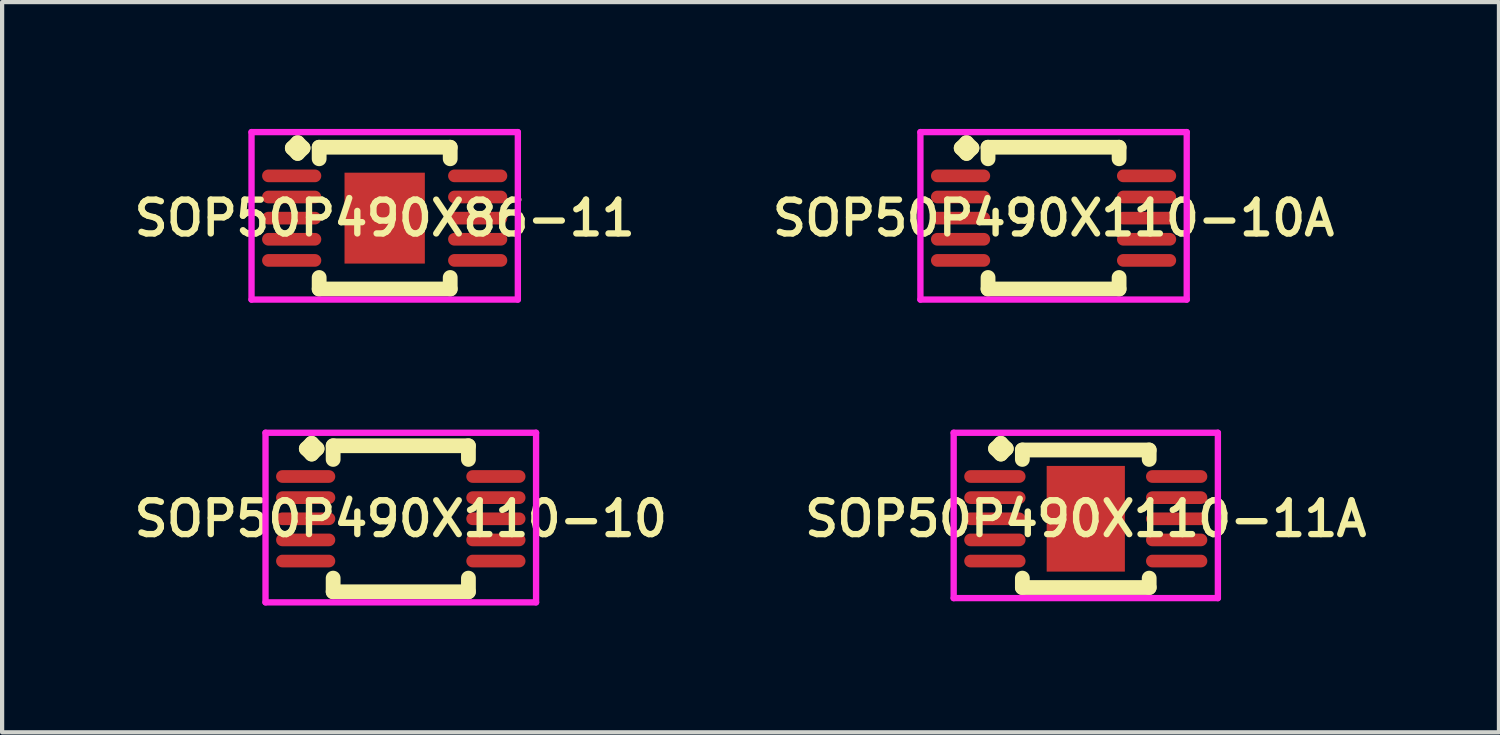
<source format=kicad_pcb>
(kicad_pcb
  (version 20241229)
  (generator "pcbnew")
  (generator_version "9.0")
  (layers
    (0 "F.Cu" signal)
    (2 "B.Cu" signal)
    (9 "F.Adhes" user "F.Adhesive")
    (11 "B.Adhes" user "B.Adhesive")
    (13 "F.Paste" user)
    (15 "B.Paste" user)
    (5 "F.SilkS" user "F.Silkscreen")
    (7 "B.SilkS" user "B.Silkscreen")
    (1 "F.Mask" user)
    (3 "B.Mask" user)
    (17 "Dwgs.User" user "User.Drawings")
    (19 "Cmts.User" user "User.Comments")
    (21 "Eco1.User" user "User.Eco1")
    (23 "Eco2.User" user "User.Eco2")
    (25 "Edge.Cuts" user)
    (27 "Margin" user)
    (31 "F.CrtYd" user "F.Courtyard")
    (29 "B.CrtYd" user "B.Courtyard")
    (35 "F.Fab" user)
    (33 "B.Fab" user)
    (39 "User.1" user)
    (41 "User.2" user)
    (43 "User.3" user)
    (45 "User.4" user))
  (footprint "SOP50P490X110-10"
    (layer "F.Cu")
    (at 6.431 9.222)
    (property "Reference" "SOP50P490X110-10" (at 0 0 0) (layer "F.SilkS") (effects (font (size 0.8 0.8) (thickness 0.15))))
    (attr smd)
    (fp_line (start -2.235 -1.658) (end -2.108 -1.785) (stroke (width 0.35) (type solid)) (layer "F.SilkS"))
    (fp_line (start -2.108 -1.785) (end -1.981 -1.658) (stroke (width 0.35) (type solid)) (layer "F.SilkS"))
    (fp_line (start -2.108 -1.531) (end -2.235 -1.658) (stroke (width 0.35) (type solid)) (layer "F.SilkS"))
    (fp_line (start -1.981 -1.658) (end -2.108 -1.531) (stroke (width 0.35) (type solid)) (layer "F.SilkS"))
    (fp_line (start -1.6 -1.727) (end 1.6 -1.727) (stroke (width 0.35) (type solid)) (layer "F.SilkS"))
    (fp_line (start -1.6 -1.404) (end -1.6 -1.727) (stroke (width 0.35) (type solid)) (layer "F.SilkS"))
    (fp_line (start -1.6 1.404) (end -1.6 1.727) (stroke (width 0.35) (type solid)) (layer "F.SilkS"))
    (fp_line (start -1.6 1.727) (end 1.6 1.727) (stroke (width 0.35) (type solid)) (layer "F.SilkS"))
    (fp_line (start 1.6 -1.727) (end 1.6 -1.404) (stroke (width 0.35) (type solid)) (layer "F.SilkS"))
    (fp_line (start 1.6 1.727) (end 1.6 1.404) (stroke (width 0.35) (type solid)) (layer "F.SilkS"))
    (fp_line (start -3.2 -2.035) (end 3.2 -2.035) (stroke (width 0.15) (type solid)) (layer "F.CrtYd"))
    (fp_line (start -3.2 1.977) (end -3.2 -2.035) (stroke (width 0.15) (type solid)) (layer "F.CrtYd"))
    (fp_line (start 3.2 -2.035) (end 3.2 1.977) (stroke (width 0.15) (type solid)) (layer "F.CrtYd"))
    (fp_line (start 3.2 1.977) (end -3.2 1.977) (stroke (width 0.15) (type solid)) (layer "F.CrtYd"))
    (pad "1" smd oval (at -2.25 -1) (size 1.4 0.3) (layers "F.Cu" "F.Mask" "F.Paste"))
    (pad "2" smd oval (at -2.25 -0.5) (size 1.4 0.3) (layers "F.Cu" "F.Mask" "F.Paste"))
    (pad "3" smd oval (at -2.25 0) (size 1.4 0.3) (layers "F.Cu" "F.Mask" "F.Paste"))
    (pad "4" smd oval (at -2.25 0.5) (size 1.4 0.3) (layers "F.Cu" "F.Mask" "F.Paste"))
    (pad "5" smd oval (at -2.25 1) (size 1.4 0.3) (layers "F.Cu" "F.Mask" "F.Paste"))
    (pad "6" smd oval (at 2.25 1) (size 1.4 0.3) (layers "F.Cu" "F.Mask" "F.Paste"))
    (pad "7" smd oval (at 2.25 0.5) (size 1.4 0.3) (layers "F.Cu" "F.Mask" "F.Paste"))
    (pad "8" smd oval (at 2.25 0) (size 1.4 0.3) (layers "F.Cu" "F.Mask" "F.Paste"))
    (pad "9" smd oval (at 2.25 -0.5) (size 1.4 0.3) (layers "F.Cu" "F.Mask" "F.Paste"))
    (pad "10" smd oval (at 2.25 -1) (size 1.4 0.3) (layers "F.Cu" "F.Mask" "F.Paste")))
  (footprint "SOP50P490X110-11A"
    (layer "F.Cu")
    (at 22.635 9.222)
    (property "Reference" "SOP50P490X110-11A" (at 0 0 0) (layer "F.SilkS") (effects (font (size 0.8 0.8) (thickness 0.15))))
    (attr smd)
    (fp_line (start -2.135 -1.658) (end -2.008 -1.785) (stroke (width 0.35) (type solid)) (layer "F.SilkS"))
    (fp_line (start -2.008 -1.785) (end -1.881 -1.658) (stroke (width 0.35) (type solid)) (layer "F.SilkS"))
    (fp_line (start -2.008 -1.531) (end -2.135 -1.658) (stroke (width 0.35) (type solid)) (layer "F.SilkS"))
    (fp_line (start -1.881 -1.658) (end -2.008 -1.531) (stroke (width 0.35) (type solid)) (layer "F.SilkS"))
    (fp_line (start -1.5 -1.627) (end 1.5 -1.627) (stroke (width 0.35) (type solid)) (layer "F.SilkS"))
    (fp_line (start -1.5 -1.404) (end -1.5 -1.627) (stroke (width 0.35) (type solid)) (layer "F.SilkS"))
    (fp_line (start -1.5 1.404) (end -1.5 1.627) (stroke (width 0.35) (type solid)) (layer "F.SilkS"))
    (fp_line (start -1.5 1.627) (end 1.5 1.627) (stroke (width 0.35) (type solid)) (layer "F.SilkS"))
    (fp_line (start 1.5 -1.627) (end 1.5 -1.404) (stroke (width 0.35) (type solid)) (layer "F.SilkS"))
    (fp_line (start 1.5 1.627) (end 1.5 1.404) (stroke (width 0.35) (type solid)) (layer "F.SilkS"))
    (fp_line (start -3.125 -2.035) (end 3.125 -2.035) (stroke (width 0.15) (type solid)) (layer "F.CrtYd"))
    (fp_line (start -3.125 1.877) (end -3.125 -2.035) (stroke (width 0.15) (type solid)) (layer "F.CrtYd"))
    (fp_line (start 3.125 -2.035) (end 3.125 1.877) (stroke (width 0.15) (type solid)) (layer "F.CrtYd"))
    (fp_line (start 3.125 1.877) (end -3.125 1.877) (stroke (width 0.15) (type solid)) (layer "F.CrtYd"))
    (pad "1" smd oval (at -2.15 -1) (size 1.45 0.3) (layers "F.Cu" "F.Mask" "F.Paste"))
    (pad "2" smd oval (at -2.15 -0.5) (size 1.45 0.3) (layers "F.Cu" "F.Mask" "F.Paste"))
    (pad "3" smd oval (at -2.15 0) (size 1.45 0.3) (layers "F.Cu" "F.Mask" "F.Paste"))
    (pad "4" smd oval (at -2.15 0.5) (size 1.45 0.3) (layers "F.Cu" "F.Mask" "F.Paste"))
    (pad "5" smd oval (at -2.15 1) (size 1.45 0.3) (layers "F.Cu" "F.Mask" "F.Paste"))
    (pad "6" smd oval (at 2.15 1) (size 1.45 0.3) (layers "F.Cu" "F.Mask" "F.Paste"))
    (pad "7" smd oval (at 2.15 0.5) (size 1.45 0.3) (layers "F.Cu" "F.Mask" "F.Paste"))
    (pad "8" smd oval (at 2.15 0) (size 1.45 0.3) (layers "F.Cu" "F.Mask" "F.Paste"))
    (pad "9" smd oval (at 2.15 -0.5) (size 1.45 0.3) (layers "F.Cu" "F.Mask" "F.Paste"))
    (pad "10" smd oval (at 2.15 -1) (size 1.45 0.3) (layers "F.Cu" "F.Mask" "F.Paste"))
    (pad "11" smd rect (at 0 0) (size 1.85 2.5) (layers "F.Cu" "F.Mask" "F.Paste")))
  (footprint "SOP50P490X110-10A"
    (layer "F.Cu")
    (at 21.873 2.11)
    (property "Reference" "SOP50P490X110-10A" (at 0 0 0) (layer "F.SilkS") (effects (font (size 0.8 0.8) (thickness 0.15))))
    (attr smd)
    (fp_line (start -2.185 -1.658) (end -2.058 -1.785) (stroke (width 0.35) (type solid)) (layer "F.SilkS"))
    (fp_line (start -2.058 -1.785) (end -1.931 -1.658) (stroke (width 0.35) (type solid)) (layer "F.SilkS"))
    (fp_line (start -2.058 -1.531) (end -2.185 -1.658) (stroke (width 0.35) (type solid)) (layer "F.SilkS"))
    (fp_line (start -1.931 -1.658) (end -2.058 -1.531) (stroke (width 0.35) (type solid)) (layer "F.SilkS"))
    (fp_line (start -1.55 -1.677) (end 1.55 -1.677) (stroke (width 0.35) (type solid)) (layer "F.SilkS"))
    (fp_line (start -1.55 -1.404) (end -1.55 -1.677) (stroke (width 0.35) (type solid)) (layer "F.SilkS"))
    (fp_line (start -1.55 1.404) (end -1.55 1.677) (stroke (width 0.35) (type solid)) (layer "F.SilkS"))
    (fp_line (start -1.55 1.677) (end 1.55 1.677) (stroke (width 0.35) (type solid)) (layer "F.SilkS"))
    (fp_line (start 1.55 -1.677) (end 1.55 -1.404) (stroke (width 0.35) (type solid)) (layer "F.SilkS"))
    (fp_line (start 1.55 1.677) (end 1.55 1.404) (stroke (width 0.35) (type solid)) (layer "F.SilkS"))
    (fp_line (start -3.15 -2.035) (end 3.15 -2.035) (stroke (width 0.15) (type solid)) (layer "F.CrtYd"))
    (fp_line (start -3.15 1.927) (end -3.15 -2.035) (stroke (width 0.15) (type solid)) (layer "F.CrtYd"))
    (fp_line (start 3.15 -2.035) (end 3.15 1.927) (stroke (width 0.15) (type solid)) (layer "F.CrtYd"))
    (fp_line (start 3.15 1.927) (end -3.15 1.927) (stroke (width 0.15) (type solid)) (layer "F.CrtYd"))
    (pad "1" smd oval (at -2.2 -1) (size 1.4 0.3) (layers "F.Cu" "F.Mask" "F.Paste"))
    (pad "2" smd oval (at -2.2 -0.5) (size 1.4 0.3) (layers "F.Cu" "F.Mask" "F.Paste"))
    (pad "3" smd oval (at -2.2 0) (size 1.4 0.3) (layers "F.Cu" "F.Mask" "F.Paste"))
    (pad "4" smd oval (at -2.2 0.5) (size 1.4 0.3) (layers "F.Cu" "F.Mask" "F.Paste"))
    (pad "5" smd oval (at -2.2 1) (size 1.4 0.3) (layers "F.Cu" "F.Mask" "F.Paste"))
    (pad "6" smd oval (at 2.2 1) (size 1.4 0.3) (layers "F.Cu" "F.Mask" "F.Paste"))
    (pad "7" smd oval (at 2.2 0.5) (size 1.4 0.3) (layers "F.Cu" "F.Mask" "F.Paste"))
    (pad "8" smd oval (at 2.2 0) (size 1.4 0.3) (layers "F.Cu" "F.Mask" "F.Paste"))
    (pad "9" smd oval (at 2.2 -0.5) (size 1.4 0.3) (layers "F.Cu" "F.Mask" "F.Paste"))
    (pad "10" smd oval (at 2.2 -1) (size 1.4 0.3) (layers "F.Cu" "F.Mask" "F.Paste")))
  (footprint "SOP50P490X86-11"
    (layer "F.Cu")
    (at 6.05 2.11)
    (property "Reference" "SOP50P490X86-11" (at 0 0 0) (layer "F.SilkS") (effects (font (size 0.8 0.8) (thickness 0.15))))
    (attr smd)
    (fp_line (start -2.185 -1.658) (end -2.058 -1.785) (stroke (width 0.35) (type solid)) (layer "F.SilkS"))
    (fp_line (start -2.058 -1.785) (end -1.931 -1.658) (stroke (width 0.35) (type solid)) (layer "F.SilkS"))
    (fp_line (start -2.058 -1.531) (end -2.185 -1.658) (stroke (width 0.35) (type solid)) (layer "F.SilkS"))
    (fp_line (start -1.931 -1.658) (end -2.058 -1.531) (stroke (width 0.35) (type solid)) (layer "F.SilkS"))
    (fp_line (start -1.55 -1.677) (end 1.55 -1.677) (stroke (width 0.35) (type solid)) (layer "F.SilkS"))
    (fp_line (start -1.55 -1.404) (end -1.55 -1.677) (stroke (width 0.35) (type solid)) (layer "F.SilkS"))
    (fp_line (start -1.55 1.404) (end -1.55 1.677) (stroke (width 0.35) (type solid)) (layer "F.SilkS"))
    (fp_line (start -1.55 1.677) (end 1.55 1.677) (stroke (width 0.35) (type solid)) (layer "F.SilkS"))
    (fp_line (start 1.55 -1.677) (end 1.55 -1.404) (stroke (width 0.35) (type solid)) (layer "F.SilkS"))
    (fp_line (start 1.55 1.677) (end 1.55 1.404) (stroke (width 0.35) (type solid)) (layer "F.SilkS"))
    (fp_line (start -3.15 -2.035) (end 3.15 -2.035) (stroke (width 0.15) (type solid)) (layer "F.CrtYd"))
    (fp_line (start -3.15 1.927) (end -3.15 -2.035) (stroke (width 0.15) (type solid)) (layer "F.CrtYd"))
    (fp_line (start 3.15 -2.035) (end 3.15 1.927) (stroke (width 0.15) (type solid)) (layer "F.CrtYd"))
    (fp_line (start 3.15 1.927) (end -3.15 1.927) (stroke (width 0.15) (type solid)) (layer "F.CrtYd"))
    (pad "1" smd oval (at -2.2 -1) (size 1.4 0.3) (layers "F.Cu" "F.Mask" "F.Paste"))
    (pad "2" smd oval (at -2.2 -0.5) (size 1.4 0.3) (layers "F.Cu" "F.Mask" "F.Paste"))
    (pad "3" smd oval (at -2.2 0) (size 1.4 0.3) (layers "F.Cu" "F.Mask" "F.Paste"))
    (pad "4" smd oval (at -2.2 0.5) (size 1.4 0.3) (layers "F.Cu" "F.Mask" "F.Paste"))
    (pad "5" smd oval (at -2.2 1) (size 1.4 0.3) (layers "F.Cu" "F.Mask" "F.Paste"))
    (pad "6" smd oval (at 2.2 1) (size 1.4 0.3) (layers "F.Cu" "F.Mask" "F.Paste"))
    (pad "7" smd oval (at 2.2 0.5) (size 1.4 0.3) (layers "F.Cu" "F.Mask" "F.Paste"))
    (pad "8" smd oval (at 2.2 0) (size 1.4 0.3) (layers "F.Cu" "F.Mask" "F.Paste"))
    (pad "9" smd oval (at 2.2 -0.5) (size 1.4 0.3) (layers "F.Cu" "F.Mask" "F.Paste"))
    (pad "10" smd oval (at 2.2 -1) (size 1.4 0.3) (layers "F.Cu" "F.Mask" "F.Paste"))
    (pad "11" smd rect (at 0 0) (size 1.9 2.15) (layers "F.Cu" "F.Mask" "F.Paste")))
  (gr_rect
    (start -3 -3)
    (end 32.409 14.274)
    (stroke (width 0.1) (type default))
    (fill no)
    (layer "Edge.Cuts")))
</source>
